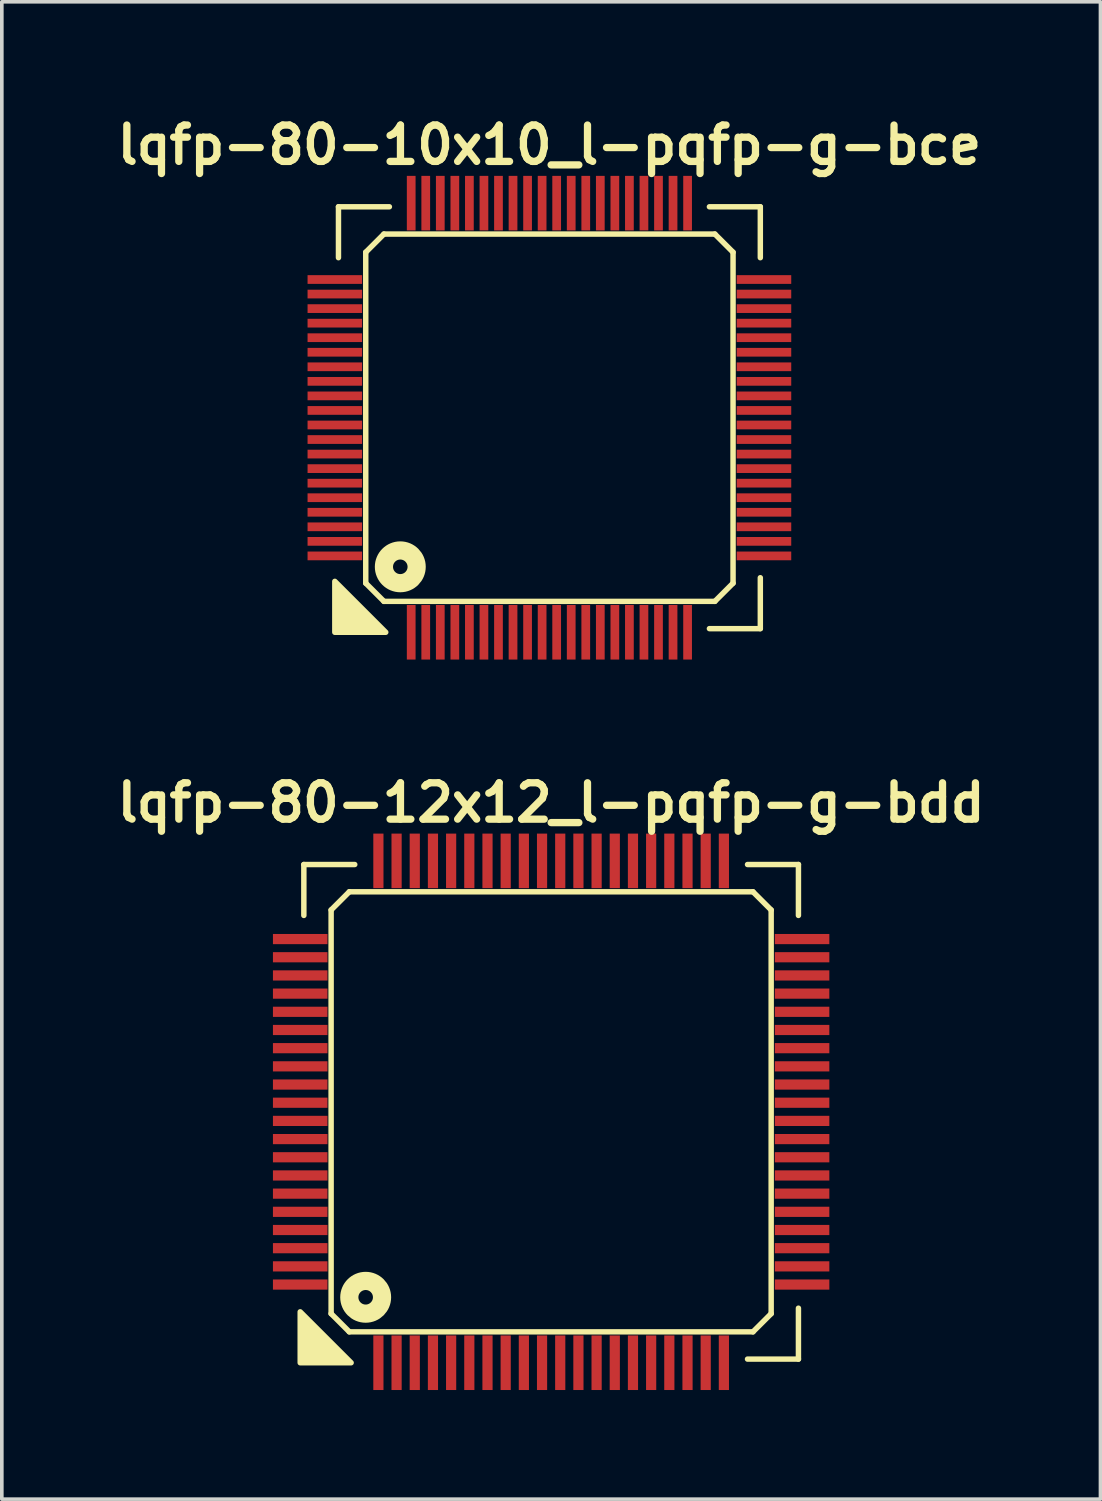
<source format=kicad_pcb>
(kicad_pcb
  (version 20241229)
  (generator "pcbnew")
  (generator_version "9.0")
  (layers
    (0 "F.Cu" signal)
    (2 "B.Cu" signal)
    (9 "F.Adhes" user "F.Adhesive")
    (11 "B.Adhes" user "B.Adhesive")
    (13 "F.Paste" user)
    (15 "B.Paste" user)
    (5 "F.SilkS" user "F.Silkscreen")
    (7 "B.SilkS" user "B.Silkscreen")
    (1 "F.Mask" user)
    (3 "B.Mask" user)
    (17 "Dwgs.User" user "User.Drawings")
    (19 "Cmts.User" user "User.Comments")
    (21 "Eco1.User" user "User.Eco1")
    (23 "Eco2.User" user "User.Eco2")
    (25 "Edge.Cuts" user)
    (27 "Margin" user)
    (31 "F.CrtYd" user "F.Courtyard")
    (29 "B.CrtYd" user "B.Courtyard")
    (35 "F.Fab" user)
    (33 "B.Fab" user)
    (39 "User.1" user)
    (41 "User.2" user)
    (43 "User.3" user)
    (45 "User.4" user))
  (footprint "lqfp-80-12x12_l-pqfp-g-bdd"
    (layer "F.Cu")
    (at 12.105 27.522)
    (property "Reference" "lqfp-80-12x12_l-pqfp-g-bdd" (at 0 -8.5 0) (layer "F.SilkS") (effects (font (size 1 1) (thickness 0.2))))
    (attr smd)
    (fp_line (start -6.8 -6.8) (end -5.4 -6.8) (stroke (width 0.15) (type solid)) (layer "F.SilkS"))
    (fp_line (start -6.8 -5.4) (end -6.8 -6.8) (stroke (width 0.15) (type solid)) (layer "F.SilkS"))
    (fp_line (start -6.05 -5.55) (end -5.55 -6.05) (stroke (width 0.15) (type solid)) (layer "F.SilkS"))
    (fp_line (start -6.05 5.55) (end -6.05 -5.55) (stroke (width 0.15) (type solid)) (layer "F.SilkS"))
    (fp_line (start -5.55 -6.05) (end 5.55 -6.05) (stroke (width 0.15) (type solid)) (layer "F.SilkS"))
    (fp_line (start -5.55 6.05) (end -6.05 5.55) (stroke (width 0.15) (type solid)) (layer "F.SilkS"))
    (fp_line (start 5.4 -6.8) (end 6.8 -6.8) (stroke (width 0.15) (type solid)) (layer "F.SilkS"))
    (fp_line (start 5.55 -6.05) (end 6.05 -5.55) (stroke (width 0.15) (type solid)) (layer "F.SilkS"))
    (fp_line (start 5.55 6.05) (end -5.55 6.05) (stroke (width 0.15) (type solid)) (layer "F.SilkS"))
    (fp_line (start 6.05 -5.55) (end 6.05 5.55) (stroke (width 0.15) (type solid)) (layer "F.SilkS"))
    (fp_line (start 6.05 5.55) (end 5.55 6.05) (stroke (width 0.15) (type solid)) (layer "F.SilkS"))
    (fp_line (start 6.8 -6.8) (end 6.8 -5.4) (stroke (width 0.15) (type solid)) (layer "F.SilkS"))
    (fp_line (start 6.8 5.4) (end 6.8 6.8) (stroke (width 0.15) (type solid)) (layer "F.SilkS"))
    (fp_line (start 6.8 6.8) (end 5.4 6.8) (stroke (width 0.15) (type solid)) (layer "F.SilkS"))
    (fp_circle (center -5.1 5.1) (end -4.9 5.1) (stroke (width 0.5) (type solid)) (fill no) (layer "F.SilkS"))
    (fp_poly (pts (xy -5.5 6.9) (xy -6.9 6.9) (xy -6.9 5.5)) (stroke (width 0.15) (type solid)) (fill yes) (layer "F.SilkS"))
    (pad "1" smd rect (at -4.75 6.9) (size 0.28 1.5) (layers "F.Cu" "F.Mask" "F.Paste"))
    (pad "2" smd rect (at -4.25 6.9) (size 0.28 1.5) (layers "F.Cu" "F.Mask" "F.Paste"))
    (pad "3" smd rect (at -3.75 6.9) (size 0.28 1.5) (layers "F.Cu" "F.Mask" "F.Paste"))
    (pad "4" smd rect (at -3.25 6.9) (size 0.28 1.5) (layers "F.Cu" "F.Mask" "F.Paste"))
    (pad "5" smd rect (at -2.75 6.9) (size 0.28 1.5) (layers "F.Cu" "F.Mask" "F.Paste"))
    (pad "6" smd rect (at -2.25 6.9) (size 0.28 1.5) (layers "F.Cu" "F.Mask" "F.Paste"))
    (pad "7" smd rect (at -1.75 6.9) (size 0.28 1.5) (layers "F.Cu" "F.Mask" "F.Paste"))
    (pad "8" smd rect (at -1.25 6.9) (size 0.28 1.5) (layers "F.Cu" "F.Mask" "F.Paste"))
    (pad "9" smd rect (at -0.75 6.9) (size 0.28 1.5) (layers "F.Cu" "F.Mask" "F.Paste"))
    (pad "10" smd rect (at -0.25 6.9) (size 0.28 1.5) (layers "F.Cu" "F.Mask" "F.Paste"))
    (pad "11" smd rect (at 0.25 6.9) (size 0.28 1.5) (layers "F.Cu" "F.Mask" "F.Paste"))
    (pad "12" smd rect (at 0.75 6.9) (size 0.28 1.5) (layers "F.Cu" "F.Mask" "F.Paste"))
    (pad "13" smd rect (at 1.25 6.9) (size 0.28 1.5) (layers "F.Cu" "F.Mask" "F.Paste"))
    (pad "14" smd rect (at 1.75 6.9) (size 0.28 1.5) (layers "F.Cu" "F.Mask" "F.Paste"))
    (pad "15" smd rect (at 2.25 6.9) (size 0.28 1.5) (layers "F.Cu" "F.Mask" "F.Paste"))
    (pad "16" smd rect (at 2.75 6.9) (size 0.28 1.5) (layers "F.Cu" "F.Mask" "F.Paste"))
    (pad "17" smd rect (at 3.25 6.9) (size 0.28 1.5) (layers "F.Cu" "F.Mask" "F.Paste"))
    (pad "18" smd rect (at 3.75 6.9) (size 0.28 1.5) (layers "F.Cu" "F.Mask" "F.Paste"))
    (pad "19" smd rect (at 4.25 6.9) (size 0.28 1.5) (layers "F.Cu" "F.Mask" "F.Paste"))
    (pad "20" smd rect (at 4.75 6.9) (size 0.28 1.5) (layers "F.Cu" "F.Mask" "F.Paste"))
    (pad "21" smd rect (at 6.9 4.75) (size 1.5 0.28) (layers "F.Cu" "F.Mask" "F.Paste"))
    (pad "22" smd rect (at 6.9 4.25) (size 1.5 0.28) (layers "F.Cu" "F.Mask" "F.Paste"))
    (pad "23" smd rect (at 6.9 3.75) (size 1.5 0.28) (layers "F.Cu" "F.Mask" "F.Paste"))
    (pad "24" smd rect (at 6.9 3.25) (size 1.5 0.28) (layers "F.Cu" "F.Mask" "F.Paste"))
    (pad "25" smd rect (at 6.9 2.75) (size 1.5 0.28) (layers "F.Cu" "F.Mask" "F.Paste"))
    (pad "26" smd rect (at 6.9 2.25) (size 1.5 0.28) (layers "F.Cu" "F.Mask" "F.Paste"))
    (pad "27" smd rect (at 6.9 1.75) (size 1.5 0.28) (layers "F.Cu" "F.Mask" "F.Paste"))
    (pad "28" smd rect (at 6.9 1.25) (size 1.5 0.28) (layers "F.Cu" "F.Mask" "F.Paste"))
    (pad "29" smd rect (at 6.9 0.75) (size 1.5 0.28) (layers "F.Cu" "F.Mask" "F.Paste"))
    (pad "30" smd rect (at 6.9 0.25) (size 1.5 0.28) (layers "F.Cu" "F.Mask" "F.Paste"))
    (pad "31" smd rect (at 6.9 -0.25) (size 1.5 0.28) (layers "F.Cu" "F.Mask" "F.Paste"))
    (pad "32" smd rect (at 6.9 -0.75) (size 1.5 0.28) (layers "F.Cu" "F.Mask" "F.Paste"))
    (pad "33" smd rect (at 6.9 -1.25) (size 1.5 0.28) (layers "F.Cu" "F.Mask" "F.Paste"))
    (pad "34" smd rect (at 6.9 -1.75) (size 1.5 0.28) (layers "F.Cu" "F.Mask" "F.Paste"))
    (pad "35" smd rect (at 6.9 -2.25) (size 1.5 0.28) (layers "F.Cu" "F.Mask" "F.Paste"))
    (pad "36" smd rect (at 6.9 -2.75) (size 1.5 0.28) (layers "F.Cu" "F.Mask" "F.Paste"))
    (pad "37" smd rect (at 6.9 -3.25) (size 1.5 0.28) (layers "F.Cu" "F.Mask" "F.Paste"))
    (pad "38" smd rect (at 6.9 -3.75) (size 1.5 0.28) (layers "F.Cu" "F.Mask" "F.Paste"))
    (pad "39" smd rect (at 6.9 -4.25) (size 1.5 0.28) (layers "F.Cu" "F.Mask" "F.Paste"))
    (pad "40" smd rect (at 6.9 -4.75) (size 1.5 0.28) (layers "F.Cu" "F.Mask" "F.Paste"))
    (pad "41" smd rect (at 4.75 -6.9) (size 0.28 1.5) (layers "F.Cu" "F.Mask" "F.Paste"))
    (pad "42" smd rect (at 4.25 -6.9) (size 0.28 1.5) (layers "F.Cu" "F.Mask" "F.Paste"))
    (pad "43" smd rect (at 3.75 -6.9) (size 0.28 1.5) (layers "F.Cu" "F.Mask" "F.Paste"))
    (pad "44" smd rect (at 3.25 -6.9) (size 0.28 1.5) (layers "F.Cu" "F.Mask" "F.Paste"))
    (pad "45" smd rect (at 2.75 -6.9) (size 0.28 1.5) (layers "F.Cu" "F.Mask" "F.Paste"))
    (pad "46" smd rect (at 2.25 -6.9) (size 0.28 1.5) (layers "F.Cu" "F.Mask" "F.Paste"))
    (pad "47" smd rect (at 1.75 -6.9) (size 0.28 1.5) (layers "F.Cu" "F.Mask" "F.Paste"))
    (pad "48" smd rect (at 1.25 -6.9) (size 0.28 1.5) (layers "F.Cu" "F.Mask" "F.Paste"))
    (pad "49" smd rect (at 0.75 -6.9) (size 0.28 1.5) (layers "F.Cu" "F.Mask" "F.Paste"))
    (pad "50" smd rect (at 0.25 -6.9) (size 0.28 1.5) (layers "F.Cu" "F.Mask" "F.Paste"))
    (pad "51" smd rect (at -0.25 -6.9) (size 0.28 1.5) (layers "F.Cu" "F.Mask" "F.Paste"))
    (pad "52" smd rect (at -0.75 -6.9) (size 0.28 1.5) (layers "F.Cu" "F.Mask" "F.Paste"))
    (pad "53" smd rect (at -1.25 -6.9) (size 0.28 1.5) (layers "F.Cu" "F.Mask" "F.Paste"))
    (pad "54" smd rect (at -1.75 -6.9) (size 0.28 1.5) (layers "F.Cu" "F.Mask" "F.Paste"))
    (pad "55" smd rect (at -2.25 -6.9) (size 0.28 1.5) (layers "F.Cu" "F.Mask" "F.Paste"))
    (pad "56" smd rect (at -2.75 -6.9) (size 0.28 1.5) (layers "F.Cu" "F.Mask" "F.Paste"))
    (pad "57" smd rect (at -3.25 -6.9) (size 0.28 1.5) (layers "F.Cu" "F.Mask" "F.Paste"))
    (pad "58" smd rect (at -3.75 -6.9) (size 0.28 1.5) (layers "F.Cu" "F.Mask" "F.Paste"))
    (pad "59" smd rect (at -4.25 -6.9) (size 0.28 1.5) (layers "F.Cu" "F.Mask" "F.Paste"))
    (pad "60" smd rect (at -4.75 -6.9) (size 0.28 1.5) (layers "F.Cu" "F.Mask" "F.Paste"))
    (pad "61" smd rect (at -6.9 -4.75) (size 1.5 0.28) (layers "F.Cu" "F.Mask" "F.Paste"))
    (pad "62" smd rect (at -6.9 -4.25) (size 1.5 0.28) (layers "F.Cu" "F.Mask" "F.Paste"))
    (pad "63" smd rect (at -6.9 -3.75) (size 1.5 0.28) (layers "F.Cu" "F.Mask" "F.Paste"))
    (pad "64" smd rect (at -6.9 -3.25) (size 1.5 0.28) (layers "F.Cu" "F.Mask" "F.Paste"))
    (pad "65" smd rect (at -6.9 -2.75) (size 1.5 0.28) (layers "F.Cu" "F.Mask" "F.Paste"))
    (pad "66" smd rect (at -6.9 -2.25) (size 1.5 0.28) (layers "F.Cu" "F.Mask" "F.Paste"))
    (pad "67" smd rect (at -6.9 -1.75) (size 1.5 0.28) (layers "F.Cu" "F.Mask" "F.Paste"))
    (pad "68" smd rect (at -6.9 -1.25) (size 1.5 0.28) (layers "F.Cu" "F.Mask" "F.Paste"))
    (pad "69" smd rect (at -6.9 -0.75) (size 1.5 0.28) (layers "F.Cu" "F.Mask" "F.Paste"))
    (pad "70" smd rect (at -6.9 -0.25) (size 1.5 0.28) (layers "F.Cu" "F.Mask" "F.Paste"))
    (pad "71" smd rect (at -6.9 0.25) (size 1.5 0.28) (layers "F.Cu" "F.Mask" "F.Paste"))
    (pad "72" smd rect (at -6.9 0.75) (size 1.5 0.28) (layers "F.Cu" "F.Mask" "F.Paste"))
    (pad "73" smd rect (at -6.9 1.25) (size 1.5 0.28) (layers "F.Cu" "F.Mask" "F.Paste"))
    (pad "74" smd rect (at -6.9 1.75) (size 1.5 0.28) (layers "F.Cu" "F.Mask" "F.Paste"))
    (pad "75" smd rect (at -6.9 2.25) (size 1.5 0.28) (layers "F.Cu" "F.Mask" "F.Paste"))
    (pad "76" smd rect (at -6.9 2.75) (size 1.5 0.28) (layers "F.Cu" "F.Mask" "F.Paste"))
    (pad "77" smd rect (at -6.9 3.25) (size 1.5 0.28) (layers "F.Cu" "F.Mask" "F.Paste"))
    (pad "78" smd rect (at -6.9 3.75) (size 1.5 0.28) (layers "F.Cu" "F.Mask" "F.Paste"))
    (pad "79" smd rect (at -6.9 4.25) (size 1.5 0.28) (layers "F.Cu" "F.Mask" "F.Paste"))
    (pad "80" smd rect (at -6.9 4.75) (size 1.5 0.28) (layers "F.Cu" "F.Mask" "F.Paste")))
  (footprint "lqfp-80-10x10_l-pqfp-g-bce"
    (layer "F.Cu")
    (at 12.057 8.436)
    (property "Reference" "lqfp-80-10x10_l-pqfp-g-bce" (at 0 -7.5 0) (layer "F.SilkS") (effects (font (size 1 1) (thickness 0.2))))
    (attr smd)
    (fp_line (start -5.8 -5.8) (end -4.4 -5.8) (stroke (width 0.15) (type solid)) (layer "F.SilkS"))
    (fp_line (start -5.8 -4.4) (end -5.8 -5.8) (stroke (width 0.15) (type solid)) (layer "F.SilkS"))
    (fp_line (start -5.05 -4.55) (end -4.55 -5.05) (stroke (width 0.15) (type solid)) (layer "F.SilkS"))
    (fp_line (start -5.05 4.55) (end -5.05 -4.55) (stroke (width 0.15) (type solid)) (layer "F.SilkS"))
    (fp_line (start -4.55 -5.05) (end 4.55 -5.05) (stroke (width 0.15) (type solid)) (layer "F.SilkS"))
    (fp_line (start -4.55 5.05) (end -5.05 4.55) (stroke (width 0.15) (type solid)) (layer "F.SilkS"))
    (fp_line (start 4.4 -5.8) (end 5.8 -5.8) (stroke (width 0.15) (type solid)) (layer "F.SilkS"))
    (fp_line (start 4.55 -5.05) (end 5.05 -4.55) (stroke (width 0.15) (type solid)) (layer "F.SilkS"))
    (fp_line (start 4.55 5.05) (end -4.55 5.05) (stroke (width 0.15) (type solid)) (layer "F.SilkS"))
    (fp_line (start 5.05 -4.55) (end 5.05 4.55) (stroke (width 0.15) (type solid)) (layer "F.SilkS"))
    (fp_line (start 5.05 4.55) (end 4.55 5.05) (stroke (width 0.15) (type solid)) (layer "F.SilkS"))
    (fp_line (start 5.8 -5.8) (end 5.8 -4.4) (stroke (width 0.15) (type solid)) (layer "F.SilkS"))
    (fp_line (start 5.8 4.4) (end 5.8 5.8) (stroke (width 0.15) (type solid)) (layer "F.SilkS"))
    (fp_line (start 5.8 5.8) (end 4.4 5.8) (stroke (width 0.15) (type solid)) (layer "F.SilkS"))
    (fp_circle (center -4.1 4.1) (end -3.9 4.1) (stroke (width 0.5) (type solid)) (fill no) (layer "F.SilkS"))
    (fp_poly (pts (xy -4.5 5.9) (xy -5.9 5.9) (xy -5.9 4.5)) (stroke (width 0.15) (type solid)) (fill yes) (layer "F.SilkS"))
    (pad "1" smd rect (at -3.8 5.9) (size 0.24 1.5) (layers "F.Cu" "F.Mask" "F.Paste"))
    (pad "2" smd rect (at -3.4 5.9) (size 0.24 1.5) (layers "F.Cu" "F.Mask" "F.Paste"))
    (pad "3" smd rect (at -3 5.9) (size 0.24 1.5) (layers "F.Cu" "F.Mask" "F.Paste"))
    (pad "4" smd rect (at -2.6 5.9) (size 0.24 1.5) (layers "F.Cu" "F.Mask" "F.Paste"))
    (pad "5" smd rect (at -2.2 5.9) (size 0.24 1.5) (layers "F.Cu" "F.Mask" "F.Paste"))
    (pad "6" smd rect (at -1.8 5.9) (size 0.24 1.5) (layers "F.Cu" "F.Mask" "F.Paste"))
    (pad "7" smd rect (at -1.4 5.9) (size 0.24 1.5) (layers "F.Cu" "F.Mask" "F.Paste"))
    (pad "8" smd rect (at -1 5.9) (size 0.24 1.5) (layers "F.Cu" "F.Mask" "F.Paste"))
    (pad "9" smd rect (at -0.6 5.9) (size 0.24 1.5) (layers "F.Cu" "F.Mask" "F.Paste"))
    (pad "10" smd rect (at -0.2 5.9) (size 0.24 1.5) (layers "F.Cu" "F.Mask" "F.Paste"))
    (pad "11" smd rect (at 0.2 5.9) (size 0.24 1.5) (layers "F.Cu" "F.Mask" "F.Paste"))
    (pad "12" smd rect (at 0.6 5.9) (size 0.24 1.5) (layers "F.Cu" "F.Mask" "F.Paste"))
    (pad "13" smd rect (at 1 5.9) (size 0.24 1.5) (layers "F.Cu" "F.Mask" "F.Paste"))
    (pad "14" smd rect (at 1.4 5.9) (size 0.24 1.5) (layers "F.Cu" "F.Mask" "F.Paste"))
    (pad "15" smd rect (at 1.8 5.9) (size 0.24 1.5) (layers "F.Cu" "F.Mask" "F.Paste"))
    (pad "16" smd rect (at 2.2 5.9) (size 0.24 1.5) (layers "F.Cu" "F.Mask" "F.Paste"))
    (pad "17" smd rect (at 2.6 5.9) (size 0.24 1.5) (layers "F.Cu" "F.Mask" "F.Paste"))
    (pad "18" smd rect (at 3 5.9) (size 0.24 1.5) (layers "F.Cu" "F.Mask" "F.Paste"))
    (pad "19" smd rect (at 3.4 5.9) (size 0.24 1.5) (layers "F.Cu" "F.Mask" "F.Paste"))
    (pad "20" smd rect (at 3.8 5.9) (size 0.24 1.5) (layers "F.Cu" "F.Mask" "F.Paste"))
    (pad "21" smd rect (at 5.9 3.8) (size 1.5 0.24) (layers "F.Cu" "F.Mask" "F.Paste"))
    (pad "22" smd rect (at 5.9 3.4) (size 1.5 0.24) (layers "F.Cu" "F.Mask" "F.Paste"))
    (pad "23" smd rect (at 5.9 3) (size 1.5 0.24) (layers "F.Cu" "F.Mask" "F.Paste"))
    (pad "24" smd rect (at 5.9 2.6) (size 1.5 0.24) (layers "F.Cu" "F.Mask" "F.Paste"))
    (pad "25" smd rect (at 5.9 2.2) (size 1.5 0.24) (layers "F.Cu" "F.Mask" "F.Paste"))
    (pad "26" smd rect (at 5.9 1.8) (size 1.5 0.24) (layers "F.Cu" "F.Mask" "F.Paste"))
    (pad "27" smd rect (at 5.9 1.4) (size 1.5 0.24) (layers "F.Cu" "F.Mask" "F.Paste"))
    (pad "28" smd rect (at 5.9 1) (size 1.5 0.24) (layers "F.Cu" "F.Mask" "F.Paste"))
    (pad "29" smd rect (at 5.9 0.6) (size 1.5 0.24) (layers "F.Cu" "F.Mask" "F.Paste"))
    (pad "30" smd rect (at 5.9 0.2) (size 1.5 0.24) (layers "F.Cu" "F.Mask" "F.Paste"))
    (pad "31" smd rect (at 5.9 -0.2) (size 1.5 0.24) (layers "F.Cu" "F.Mask" "F.Paste"))
    (pad "32" smd rect (at 5.9 -0.6) (size 1.5 0.24) (layers "F.Cu" "F.Mask" "F.Paste"))
    (pad "33" smd rect (at 5.9 -1) (size 1.5 0.24) (layers "F.Cu" "F.Mask" "F.Paste"))
    (pad "34" smd rect (at 5.9 -1.4) (size 1.5 0.24) (layers "F.Cu" "F.Mask" "F.Paste"))
    (pad "35" smd rect (at 5.9 -1.8) (size 1.5 0.24) (layers "F.Cu" "F.Mask" "F.Paste"))
    (pad "36" smd rect (at 5.9 -2.2) (size 1.5 0.24) (layers "F.Cu" "F.Mask" "F.Paste"))
    (pad "37" smd rect (at 5.9 -2.6) (size 1.5 0.24) (layers "F.Cu" "F.Mask" "F.Paste"))
    (pad "38" smd rect (at 5.9 -3) (size 1.5 0.24) (layers "F.Cu" "F.Mask" "F.Paste"))
    (pad "39" smd rect (at 5.9 -3.4) (size 1.5 0.24) (layers "F.Cu" "F.Mask" "F.Paste"))
    (pad "40" smd rect (at 5.9 -3.8) (size 1.5 0.24) (layers "F.Cu" "F.Mask" "F.Paste"))
    (pad "41" smd rect (at 3.8 -5.9) (size 0.24 1.5) (layers "F.Cu" "F.Mask" "F.Paste"))
    (pad "42" smd rect (at 3.4 -5.9) (size 0.24 1.5) (layers "F.Cu" "F.Mask" "F.Paste"))
    (pad "43" smd rect (at 3 -5.9) (size 0.24 1.5) (layers "F.Cu" "F.Mask" "F.Paste"))
    (pad "44" smd rect (at 2.6 -5.9) (size 0.24 1.5) (layers "F.Cu" "F.Mask" "F.Paste"))
    (pad "45" smd rect (at 2.2 -5.9) (size 0.24 1.5) (layers "F.Cu" "F.Mask" "F.Paste"))
    (pad "46" smd rect (at 1.8 -5.9) (size 0.24 1.5) (layers "F.Cu" "F.Mask" "F.Paste"))
    (pad "47" smd rect (at 1.4 -5.9) (size 0.24 1.5) (layers "F.Cu" "F.Mask" "F.Paste"))
    (pad "48" smd rect (at 1 -5.9) (size 0.24 1.5) (layers "F.Cu" "F.Mask" "F.Paste"))
    (pad "49" smd rect (at 0.6 -5.9) (size 0.24 1.5) (layers "F.Cu" "F.Mask" "F.Paste"))
    (pad "50" smd rect (at 0.2 -5.9) (size 0.24 1.5) (layers "F.Cu" "F.Mask" "F.Paste"))
    (pad "51" smd rect (at -0.2 -5.9) (size 0.24 1.5) (layers "F.Cu" "F.Mask" "F.Paste"))
    (pad "52" smd rect (at -0.6 -5.9) (size 0.24 1.5) (layers "F.Cu" "F.Mask" "F.Paste"))
    (pad "53" smd rect (at -1 -5.9) (size 0.24 1.5) (layers "F.Cu" "F.Mask" "F.Paste"))
    (pad "54" smd rect (at -1.4 -5.9) (size 0.24 1.5) (layers "F.Cu" "F.Mask" "F.Paste"))
    (pad "55" smd rect (at -1.8 -5.9) (size 0.24 1.5) (layers "F.Cu" "F.Mask" "F.Paste"))
    (pad "56" smd rect (at -2.2 -5.9) (size 0.24 1.5) (layers "F.Cu" "F.Mask" "F.Paste"))
    (pad "57" smd rect (at -2.6 -5.9) (size 0.24 1.5) (layers "F.Cu" "F.Mask" "F.Paste"))
    (pad "58" smd rect (at -3 -5.9) (size 0.24 1.5) (layers "F.Cu" "F.Mask" "F.Paste"))
    (pad "59" smd rect (at -3.4 -5.9) (size 0.24 1.5) (layers "F.Cu" "F.Mask" "F.Paste"))
    (pad "60" smd rect (at -3.8 -5.9) (size 0.24 1.5) (layers "F.Cu" "F.Mask" "F.Paste"))
    (pad "61" smd rect (at -5.9 -3.8) (size 1.5 0.24) (layers "F.Cu" "F.Mask" "F.Paste"))
    (pad "62" smd rect (at -5.9 -3.4) (size 1.5 0.24) (layers "F.Cu" "F.Mask" "F.Paste"))
    (pad "63" smd rect (at -5.9 -3) (size 1.5 0.24) (layers "F.Cu" "F.Mask" "F.Paste"))
    (pad "64" smd rect (at -5.9 -2.6) (size 1.5 0.24) (layers "F.Cu" "F.Mask" "F.Paste"))
    (pad "65" smd rect (at -5.9 -2.2) (size 1.5 0.24) (layers "F.Cu" "F.Mask" "F.Paste"))
    (pad "66" smd rect (at -5.9 -1.8) (size 1.5 0.24) (layers "F.Cu" "F.Mask" "F.Paste"))
    (pad "67" smd rect (at -5.9 -1.4) (size 1.5 0.24) (layers "F.Cu" "F.Mask" "F.Paste"))
    (pad "68" smd rect (at -5.9 -1) (size 1.5 0.24) (layers "F.Cu" "F.Mask" "F.Paste"))
    (pad "69" smd rect (at -5.9 -0.6) (size 1.5 0.24) (layers "F.Cu" "F.Mask" "F.Paste"))
    (pad "70" smd rect (at -5.9 -0.2) (size 1.5 0.24) (layers "F.Cu" "F.Mask" "F.Paste"))
    (pad "71" smd rect (at -5.9 0.2) (size 1.5 0.24) (layers "F.Cu" "F.Mask" "F.Paste"))
    (pad "72" smd rect (at -5.9 0.6) (size 1.5 0.24) (layers "F.Cu" "F.Mask" "F.Paste"))
    (pad "73" smd rect (at -5.9 1) (size 1.5 0.24) (layers "F.Cu" "F.Mask" "F.Paste"))
    (pad "74" smd rect (at -5.9 1.4) (size 1.5 0.24) (layers "F.Cu" "F.Mask" "F.Paste"))
    (pad "75" smd rect (at -5.9 1.8) (size 1.5 0.24) (layers "F.Cu" "F.Mask" "F.Paste"))
    (pad "76" smd rect (at -5.9 2.2) (size 1.5 0.24) (layers "F.Cu" "F.Mask" "F.Paste"))
    (pad "77" smd rect (at -5.9 2.6) (size 1.5 0.24) (layers "F.Cu" "F.Mask" "F.Paste"))
    (pad "78" smd rect (at -5.9 3) (size 1.5 0.24) (layers "F.Cu" "F.Mask" "F.Paste"))
    (pad "79" smd rect (at -5.9 3.4) (size 1.5 0.24) (layers "F.Cu" "F.Mask" "F.Paste"))
    (pad "80" smd rect (at -5.9 3.8) (size 1.5 0.24) (layers "F.Cu" "F.Mask" "F.Paste")))
  (gr_rect
    (start -3 -3)
    (end 27.21 38.172)
    (stroke (width 0.1) (type default))
    (fill no)
    (layer "Edge.Cuts")))
</source>
